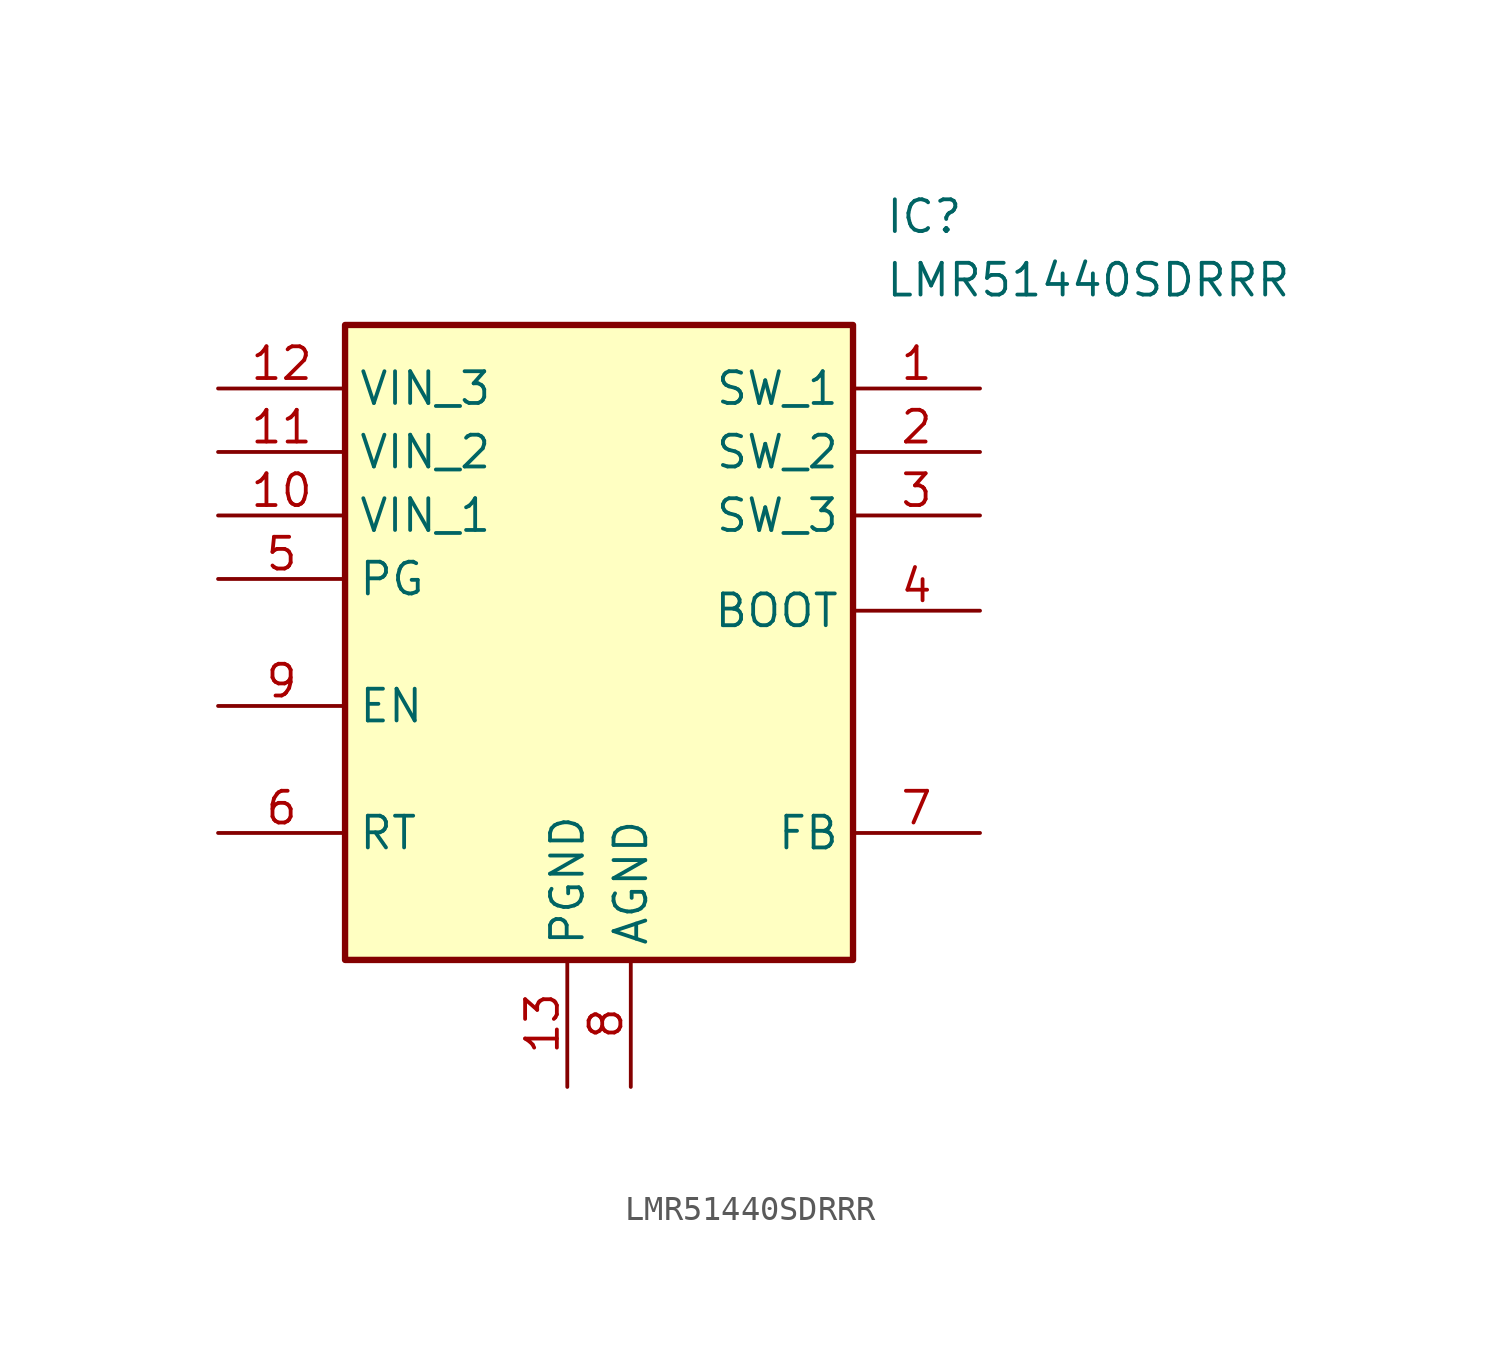
<source format=kicad_sym>
(kicad_symbol_lib
  (version 20241209)
  (generator "kicad_symbol_editor")
  (generator_version "9.0")
  (symbol "LMR51440SDRRR"
    (property "Reference" "IC"
      (at 26.67 7.62 0)
      (effects (font (size 1.27 1.27)) (justify left top)))
    (property "Value" "LMR51440SDRRR"
      (at 26.67 5.08 0)
      (effects (font (size 1.27 1.27)) (justify left top)))
    (symbol "LMR51440SDRRR_1_1"
      (rectangle (start 5.08 2.54) (end 25.4 -22.86) (stroke (width 0.254) (type default)) (fill (type background)))
      (pin passive line (at 0 0 0) (length 5.08) (name "VIN_3" (effects (font (size 1.27 1.27)))) (number "12" (effects (font (size 1.27 1.27)))))
      (pin passive line (at 0 -2.54 0) (length 5.08) (name "VIN_2" (effects (font (size 1.27 1.27)))) (number "11" (effects (font (size 1.27 1.27)))))
      (pin passive line (at 0 -5.08 0) (length 5.08) (name "VIN_1" (effects (font (size 1.27 1.27)))) (number "10" (effects (font (size 1.27 1.27)))))
      (pin passive line (at 0 -7.62 0) (length 5.08) (name "PG" (effects (font (size 1.27 1.27)))) (number "5" (effects (font (size 1.27 1.27)))))
      (pin passive line (at 0 -12.7 0) (length 5.08) (name "EN" (effects (font (size 1.27 1.27)))) (number "9" (effects (font (size 1.27 1.27)))))
      (pin passive line (at 0 -17.78 0) (length 5.08) (name "RT" (effects (font (size 1.27 1.27)))) (number "6" (effects (font (size 1.27 1.27)))))
      (pin passive line (at 13.97 -27.94 90) (length 5.08) (name "PGND" (effects (font (size 1.27 1.27)))) (number "13" (effects (font (size 1.27 1.27)))))
      (pin passive line (at 16.51 -27.94 90) (length 5.08) (name "AGND" (effects (font (size 1.27 1.27)))) (number "8" (effects (font (size 1.27 1.27)))))
      (pin passive line (at 30.48 0 180) (length 5.08) (name "SW_1" (effects (font (size 1.27 1.27)))) (number "1" (effects (font (size 1.27 1.27)))))
      (pin passive line (at 30.48 -2.54 180) (length 5.08) (name "SW_2" (effects (font (size 1.27 1.27)))) (number "2" (effects (font (size 1.27 1.27)))))
      (pin passive line (at 30.48 -5.08 180) (length 5.08) (name "SW_3" (effects (font (size 1.27 1.27)))) (number "3" (effects (font (size 1.27 1.27)))))
      (pin passive line (at 30.48 -8.89 180) (length 5.08) (name "BOOT" (effects (font (size 1.27 1.27)))) (number "4" (effects (font (size 1.27 1.27)))))
      (pin passive line (at 30.48 -17.78 180) (length 5.08) (name "FB" (effects (font (size 1.27 1.27)))) (number "7" (effects (font (size 1.27 1.27))))))))
</source>
